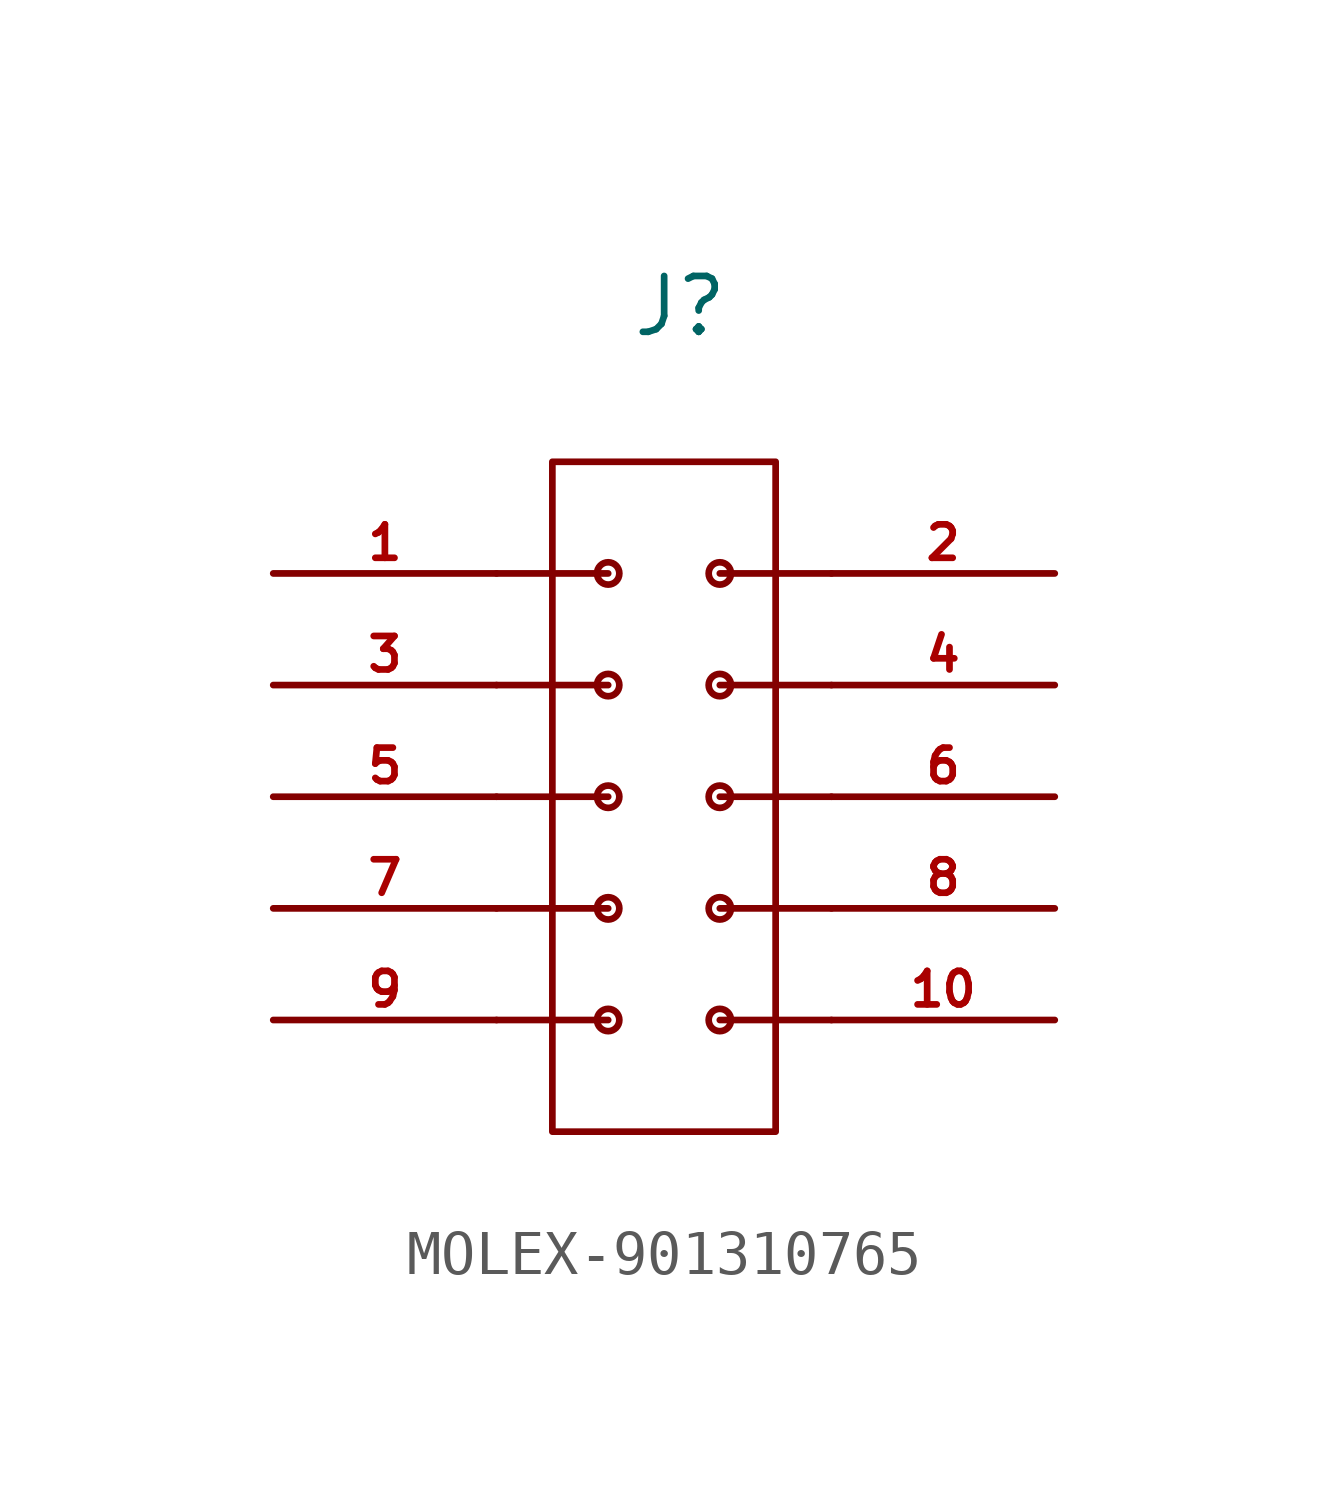
<source format=kicad_sym>
(kicad_symbol_lib
  (version 20241209)
  (generator "kicad_symbol_editor")
  (generator_version "9.0")
  (symbol "MOLEX-901310765"
    (pin_names
      (offset 1.016))
    (property "Reference" "J"
      (at -0.762 10.414 0)
      (effects (font (size 1.27 1.27)) (justify left bottom)))
    (symbol "MOLEX-901310765_0_0"
      (pin passive line (at -8.89 5.08 0) (length 5.08) (name "" (effects (font (size 0.762 0.762)))) (number "1" (effects (font (size 0.762 0.762)))))
      (pin passive line (at -8.89 0 0) (length 5.08) (name "" (effects (font (size 0.762 0.762)))) (number "5" (effects (font (size 0.762 0.762))))))
    (symbol "MOLEX-901310765_0_1"
      (polyline (pts (xy -3.81 5.08) (xy -1.27 5.08)) (stroke (width 0) (type default)) (fill (type none)))
      (polyline (pts (xy -3.81 2.54) (xy -1.27 2.54)) (stroke (width 0) (type default)) (fill (type none)))
      (polyline (pts (xy -3.81 0) (xy -1.27 0)) (stroke (width 0) (type default)) (fill (type none)))
      (polyline (pts (xy -3.81 -2.54) (xy -1.27 -2.54)) (stroke (width 0) (type default)) (fill (type none)))
      (polyline (pts (xy -3.81 -5.08) (xy -1.27 -5.08)) (stroke (width 0) (type default)) (fill (type none)))
      (rectangle (start -2.54 7.62) (end 2.54 -7.62) (stroke (width 0) (type default)) (fill (type none)))
      (circle (center -1.27 5.08) (radius 0.254) (stroke (width 0) (type default)) (fill (type none)))
      (circle (center -1.27 2.54) (radius 0.254) (stroke (width 0) (type default)) (fill (type none)))
      (circle (center -1.27 0) (radius 0.254) (stroke (width 0) (type default)) (fill (type none)))
      (circle (center -1.27 -2.54) (radius 0.254) (stroke (width 0) (type default)) (fill (type none)))
      (circle (center -1.27 -5.08) (radius 0.254) (stroke (width 0) (type default)) (fill (type none)))
      (circle (center 1.27 5.08) (radius 0.254) (stroke (width 0) (type default)) (fill (type none)))
      (circle (center 1.27 2.54) (radius 0.254) (stroke (width 0) (type default)) (fill (type none)))
      (circle (center 1.27 0) (radius 0.254) (stroke (width 0) (type default)) (fill (type none)))
      (circle (center 1.27 -2.54) (radius 0.254) (stroke (width 0) (type default)) (fill (type none)))
      (circle (center 1.27 -5.08) (radius 0.254) (stroke (width 0) (type default)) (fill (type none)))
      (polyline (pts (xy 3.81 5.08) (xy 1.27 5.08)) (stroke (width 0) (type default)) (fill (type none)))
      (polyline (pts (xy 3.81 2.54) (xy 1.27 2.54)) (stroke (width 0) (type default)) (fill (type none)))
      (polyline (pts (xy 3.81 0) (xy 1.27 0)) (stroke (width 0) (type default)) (fill (type none)))
      (polyline (pts (xy 3.81 -2.54) (xy 1.27 -2.54)) (stroke (width 0) (type default)) (fill (type none)))
      (polyline (pts (xy 3.81 -5.08) (xy 1.27 -5.08)) (stroke (width 0) (type default)) (fill (type none))))
    (symbol "MOLEX-901310765_1_0"
      (pin passive line (at -8.89 2.54 0) (length 5.08) (name "" (effects (font (size 0.762 0.762)))) (number "3" (effects (font (size 0.762 0.762)))))
      (pin passive line (at -8.89 -2.54 0) (length 5.08) (name "" (effects (font (size 0.762 0.762)))) (number "7" (effects (font (size 0.762 0.762)))))
      (pin passive line (at -8.89 -5.08 0) (length 5.08) (name "" (effects (font (size 0.762 0.762)))) (number "9" (effects (font (size 0.762 0.762)))))
      (pin passive line (at 8.89 5.08 180) (length 5.08) (name "" (effects (font (size 0.762 0.762)))) (number "2" (effects (font (size 0.762 0.762)))))
      (pin passive line (at 8.89 2.54 180) (length 5.08) (name "" (effects (font (size 0.762 0.762)))) (number "4" (effects (font (size 0.762 0.762)))))
      (pin passive line (at 8.89 0 180) (length 5.08) (name "" (effects (font (size 0.762 0.762)))) (number "6" (effects (font (size 0.762 0.762)))))
      (pin passive line (at 8.89 -2.54 180) (length 5.08) (name "" (effects (font (size 0.762 0.762)))) (number "8" (effects (font (size 0.762 0.762)))))
      (pin passive line (at 8.89 -5.08 180) (length 5.08) (name "" (effects (font (size 0.762 0.762)))) (number "10" (effects (font (size 0.762 0.762))))))))
</source>
